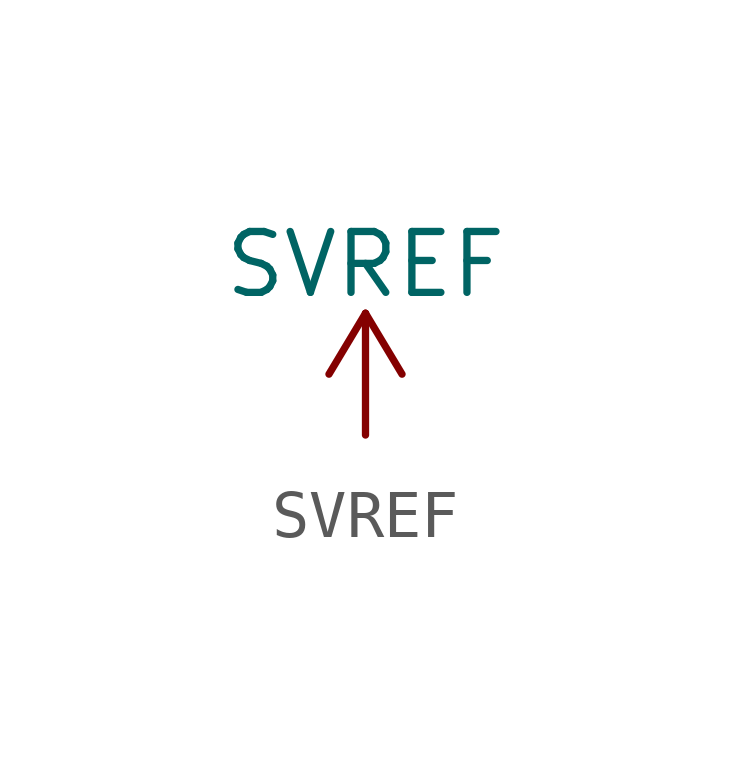
<source format=kicad_sym>
(kicad_symbol_lib
  (version 20211014)
  (generator kicad_symbol_editor)
  (symbol "SVREF"
    (power)
    (pin_names
      (offset 0))
    (property "Reference" "#PWR"
      (at 0 -3.81 0)
      (effects (font (size 1.27 1.27)) hide))
    (property "Value" "SVREF"
      (at 0 3.556 0)
      (effects (font (size 1.27 1.27))))
    (symbol "SVREF_0_1"
      (polyline (pts (xy -0.762 1.27) (xy 0 2.54)) (stroke (width 0) (type default) (color 0 0 0 0)) (fill (type none)))
      (polyline (pts (xy 0 0) (xy 0 2.54)) (stroke (width 0) (type default) (color 0 0 0 0)) (fill (type none)))
      (polyline (pts (xy 0 2.54) (xy 0.762 1.27)) (stroke (width 0) (type default) (color 0 0 0 0)) (fill (type none))))
    (symbol "SVREF_1_1"
      (pin power_in line (at 0 0 90) (length 0) hide (name "+1V8" (effects (font (size 1.27 1.27)))) (number "1" (effects (font (size 1.27 1.27))))))))
</source>
